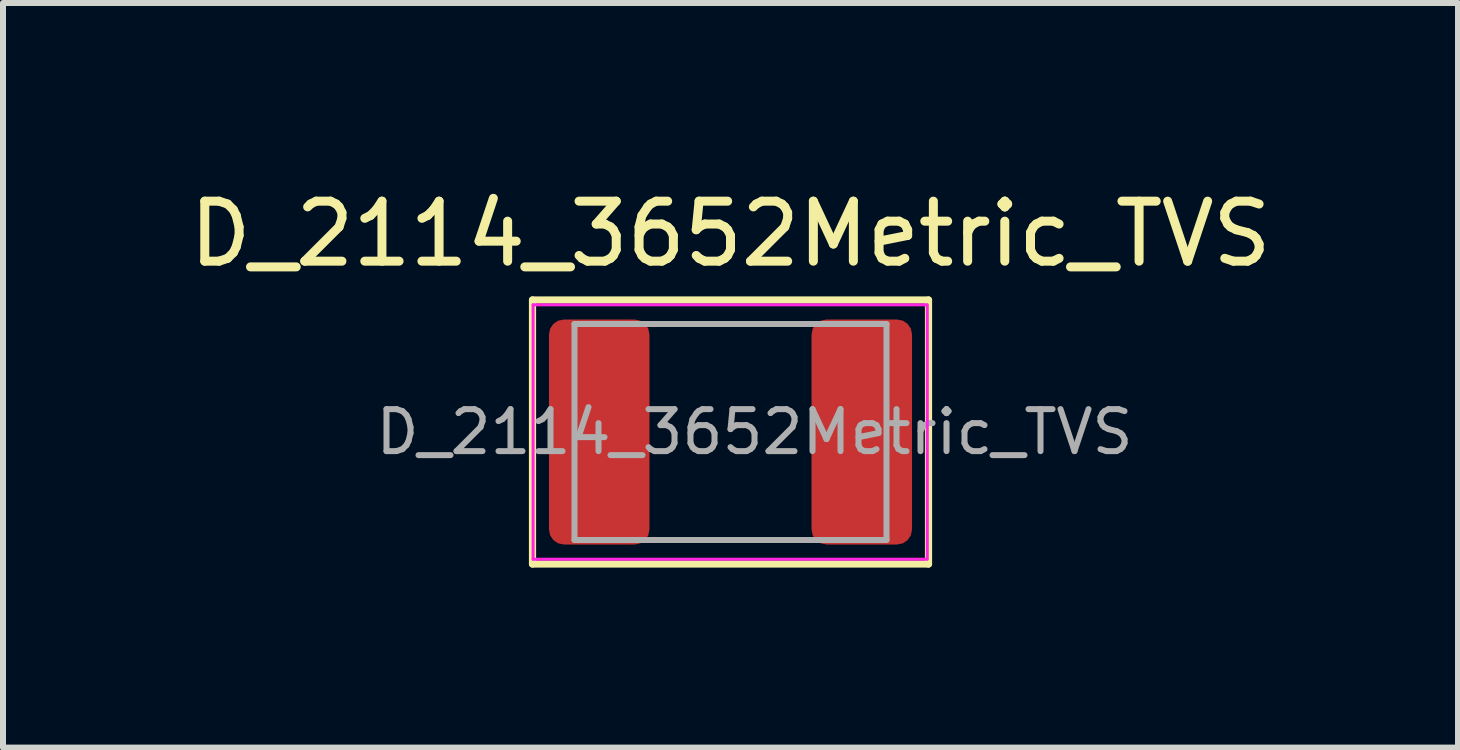
<source format=kicad_pcb>
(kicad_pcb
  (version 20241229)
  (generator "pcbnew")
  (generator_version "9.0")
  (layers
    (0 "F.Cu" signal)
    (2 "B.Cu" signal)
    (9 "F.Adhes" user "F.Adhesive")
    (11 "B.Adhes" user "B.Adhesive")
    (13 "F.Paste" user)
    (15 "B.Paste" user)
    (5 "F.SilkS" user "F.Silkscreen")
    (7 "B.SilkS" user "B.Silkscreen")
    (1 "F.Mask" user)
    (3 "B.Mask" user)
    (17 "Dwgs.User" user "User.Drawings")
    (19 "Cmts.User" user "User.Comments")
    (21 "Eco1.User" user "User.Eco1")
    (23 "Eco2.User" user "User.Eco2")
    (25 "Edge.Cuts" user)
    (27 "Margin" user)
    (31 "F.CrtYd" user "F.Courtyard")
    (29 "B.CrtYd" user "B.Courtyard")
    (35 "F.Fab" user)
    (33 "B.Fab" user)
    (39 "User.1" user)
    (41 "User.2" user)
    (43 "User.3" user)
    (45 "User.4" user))
  (footprint "D_2114_3652Metric_TVS"
    (layer "F.Cu")
    (at 9.125 4.15)
    (property "Reference" "D_2114_3652Metric_TVS" (at 0 -3.302 0) (layer "F.SilkS") (effects (font (size 1 1) (thickness 0.15))))
    (attr smd)
    (fp_line (start -3.3 -2.2) (end -3.3 2.2) (stroke (width 0.12) (type solid)) (layer "F.SilkS"))
    (fp_line (start -3.3 2.2) (end 3.3 2.2) (stroke (width 0.12) (type solid)) (layer "F.SilkS"))
    (fp_line (start 3.3 -2.2) (end -3.3 -2.2) (stroke (width 0.12) (type solid)) (layer "F.SilkS"))
    (fp_line (start 3.3 2.2) (end 3.3 -2.2) (stroke (width 0.12) (type solid)) (layer "F.SilkS"))
    (fp_line (start -3.29 -2.12) (end 3.27 -2.12) (stroke (width 0.05) (type solid)) (layer "F.CrtYd"))
    (fp_line (start -3.29 2.12) (end -3.29 -2.12) (stroke (width 0.05) (type solid)) (layer "F.CrtYd"))
    (fp_line (start 3.27 2.12) (end -3.29 2.12) (stroke (width 0.05) (type solid)) (layer "F.CrtYd"))
    (fp_line (start 3.28 -2.12) (end 3.28 2.12) (stroke (width 0.05) (type solid)) (layer "F.CrtYd"))
    (fp_line (start -2.6 -1.8) (end -2.6 1.8) (stroke (width 0.1) (type solid)) (layer "F.Fab"))
    (fp_line (start -2.6 1.8) (end 2.6 1.8) (stroke (width 0.1) (type solid)) (layer "F.Fab"))
    (fp_line (start 2.6 -1.8) (end -2.6 -1.8) (stroke (width 0.1) (type solid)) (layer "F.Fab"))
    (fp_line (start 2.6 1.8) (end 2.6 -1.8) (stroke (width 0.1) (type solid)) (layer "F.Fab"))
    (fp_text user "${REFERENCE}" (at 0.4 0 0) (layer "F.Fab") (effects (font (size 0.7 0.7) (thickness 0.1))))
    (pad "1" smd roundrect (at -2.188 0) (size 1.675 3.75) (layers "F.Cu" "F.Mask" "F.Paste") (roundrect_rratio 0.149))
    (pad "2" smd roundrect (at 2.188 0) (size 1.675 3.75) (layers "F.Cu" "F.Mask" "F.Paste") (roundrect_rratio 0.149)))
  (gr_rect
    (start -3 -3)
    (end 21.25 9.41)
    (stroke (width 0.1) (type default))
    (fill no)
    (layer "Edge.Cuts")))
</source>
